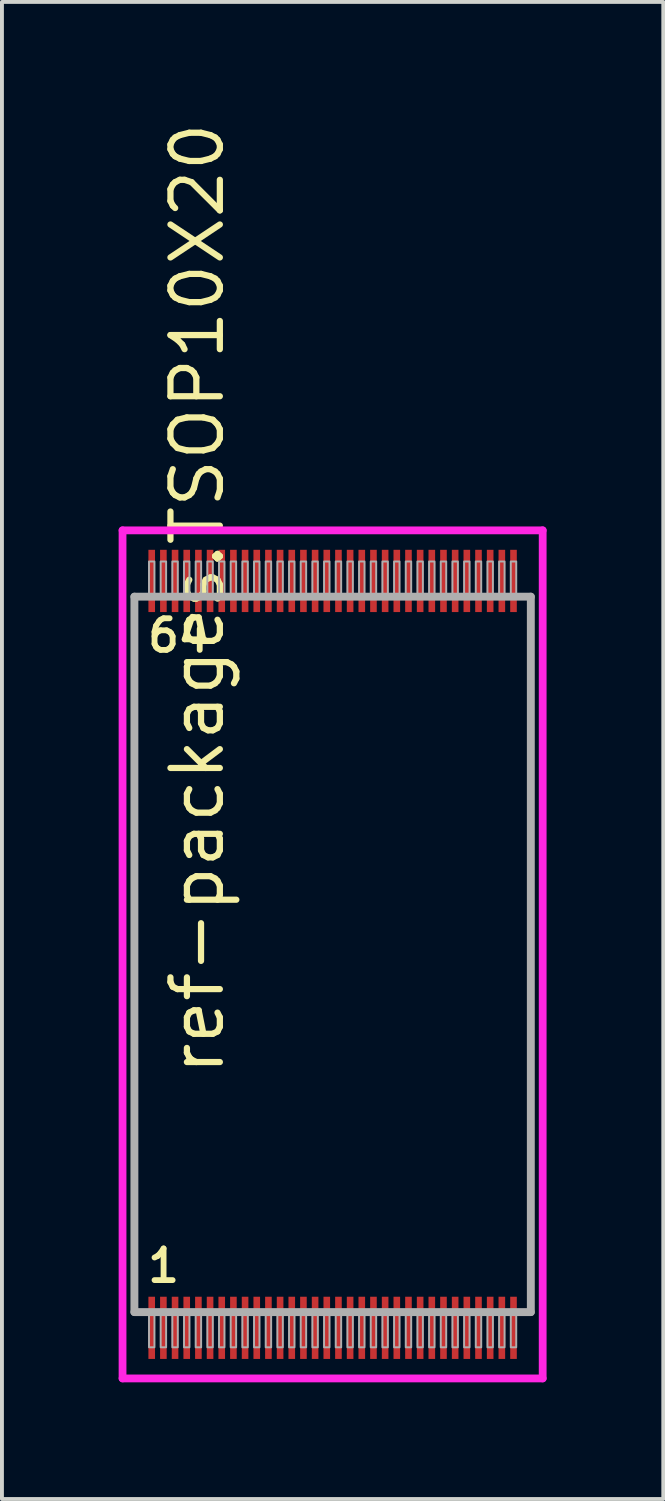
<source format=kicad_pcb>
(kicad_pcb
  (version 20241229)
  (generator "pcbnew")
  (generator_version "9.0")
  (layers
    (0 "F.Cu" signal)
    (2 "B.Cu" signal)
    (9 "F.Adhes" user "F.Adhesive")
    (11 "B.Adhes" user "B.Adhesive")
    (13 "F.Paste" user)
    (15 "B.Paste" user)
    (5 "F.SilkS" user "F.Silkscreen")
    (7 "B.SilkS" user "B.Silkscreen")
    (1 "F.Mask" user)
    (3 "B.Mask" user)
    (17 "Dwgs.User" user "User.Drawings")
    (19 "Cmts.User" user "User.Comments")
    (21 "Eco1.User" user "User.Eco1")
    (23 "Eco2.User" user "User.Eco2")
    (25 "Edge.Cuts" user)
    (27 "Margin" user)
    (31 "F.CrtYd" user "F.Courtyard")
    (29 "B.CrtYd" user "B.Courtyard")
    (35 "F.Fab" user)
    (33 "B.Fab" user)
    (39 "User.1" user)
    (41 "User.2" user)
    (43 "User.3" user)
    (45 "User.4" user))
  (footprint "ref-packages.TSOP10X20"
    (layer "F.Cu")
    (at 5.5 21.483)
    (property "Reference" "ref-packages.TSOP10X20" (at -2.735 3.175 90) (layer "F.SilkS") (effects (font (size 1.27 1.27) (thickness 0.16)) (justify left bottom)))
    (attr smd)
    (fp_line (start -5.4 -10.9) (end 5.4 -10.9) (stroke (width 0.2) (type default)) (layer "F.CrtYd"))
    (fp_line (start -5.4 10.9) (end -5.4 -10.9) (stroke (width 0.2) (type default)) (layer "F.CrtYd"))
    (fp_line (start 5.4 -10.9) (end 5.4 10.9) (stroke (width 0.2) (type default)) (layer "F.CrtYd"))
    (fp_line (start 5.4 10.9) (end -5.4 10.9) (stroke (width 0.2) (type default)) (layer "F.CrtYd"))
    (fp_line (start -5.095 -9.195) (end 5.095 -9.195) (stroke (width 0.203) (type default)) (layer "F.Fab"))
    (fp_line (start -5.095 9.195) (end -5.095 -9.195) (stroke (width 0.203) (type default)) (layer "F.Fab"))
    (fp_line (start 5.095 -9.195) (end 5.095 9.195) (stroke (width 0.203) (type default)) (layer "F.Fab"))
    (fp_line (start 5.095 9.195) (end -5.095 9.195) (stroke (width 0.203) (type default)) (layer "F.Fab"))
    (fp_rect (start -4.72 -9.25) (end -4.58 -10.1) (stroke (width 0.05) (type default)) (fill no) (layer "F.Fab"))
    (fp_rect (start -4.72 10.1) (end -4.58 9.25) (stroke (width 0.05) (type default)) (fill no) (layer "F.Fab"))
    (fp_rect (start -4.42 -9.25) (end -4.28 -10.1) (stroke (width 0.05) (type default)) (fill no) (layer "F.Fab"))
    (fp_rect (start -4.42 10.1) (end -4.28 9.25) (stroke (width 0.05) (type default)) (fill no) (layer "F.Fab"))
    (fp_rect (start -4.12 -9.25) (end -3.98 -10.1) (stroke (width 0.05) (type default)) (fill no) (layer "F.Fab"))
    (fp_rect (start -4.12 10.1) (end -3.98 9.25) (stroke (width 0.05) (type default)) (fill no) (layer "F.Fab"))
    (fp_rect (start -3.82 -9.25) (end -3.68 -10.1) (stroke (width 0.05) (type default)) (fill no) (layer "F.Fab"))
    (fp_rect (start -3.82 10.1) (end -3.68 9.25) (stroke (width 0.05) (type default)) (fill no) (layer "F.Fab"))
    (fp_rect (start -3.52 -9.25) (end -3.38 -10.1) (stroke (width 0.05) (type default)) (fill no) (layer "F.Fab"))
    (fp_rect (start -3.52 10.1) (end -3.38 9.25) (stroke (width 0.05) (type default)) (fill no) (layer "F.Fab"))
    (fp_rect (start -3.22 -9.25) (end -3.08 -10.1) (stroke (width 0.05) (type default)) (fill no) (layer "F.Fab"))
    (fp_rect (start -3.22 10.1) (end -3.08 9.25) (stroke (width 0.05) (type default)) (fill no) (layer "F.Fab"))
    (fp_rect (start -2.92 -9.25) (end -2.78 -10.1) (stroke (width 0.05) (type default)) (fill no) (layer "F.Fab"))
    (fp_rect (start -2.92 10.1) (end -2.78 9.25) (stroke (width 0.05) (type default)) (fill no) (layer "F.Fab"))
    (fp_rect (start -2.62 -9.25) (end -2.48 -10.1) (stroke (width 0.05) (type default)) (fill no) (layer "F.Fab"))
    (fp_rect (start -2.62 10.1) (end -2.48 9.25) (stroke (width 0.05) (type default)) (fill no) (layer "F.Fab"))
    (fp_rect (start -2.32 -9.25) (end -2.18 -10.1) (stroke (width 0.05) (type default)) (fill no) (layer "F.Fab"))
    (fp_rect (start -2.32 10.1) (end -2.18 9.25) (stroke (width 0.05) (type default)) (fill no) (layer "F.Fab"))
    (fp_rect (start -2.02 -9.25) (end -1.88 -10.1) (stroke (width 0.05) (type default)) (fill no) (layer "F.Fab"))
    (fp_rect (start -2.02 10.1) (end -1.88 9.25) (stroke (width 0.05) (type default)) (fill no) (layer "F.Fab"))
    (fp_rect (start -1.72 -9.25) (end -1.58 -10.1) (stroke (width 0.05) (type default)) (fill no) (layer "F.Fab"))
    (fp_rect (start -1.72 10.1) (end -1.58 9.25) (stroke (width 0.05) (type default)) (fill no) (layer "F.Fab"))
    (fp_rect (start -1.42 -9.25) (end -1.28 -10.1) (stroke (width 0.05) (type default)) (fill no) (layer "F.Fab"))
    (fp_rect (start -1.42 10.1) (end -1.28 9.25) (stroke (width 0.05) (type default)) (fill no) (layer "F.Fab"))
    (fp_rect (start -1.12 -9.25) (end -0.98 -10.1) (stroke (width 0.05) (type default)) (fill no) (layer "F.Fab"))
    (fp_rect (start -1.12 10.1) (end -0.98 9.25) (stroke (width 0.05) (type default)) (fill no) (layer "F.Fab"))
    (fp_rect (start -0.82 -9.25) (end -0.68 -10.1) (stroke (width 0.05) (type default)) (fill no) (layer "F.Fab"))
    (fp_rect (start -0.82 10.1) (end -0.68 9.25) (stroke (width 0.05) (type default)) (fill no) (layer "F.Fab"))
    (fp_rect (start -0.52 -9.25) (end -0.38 -10.1) (stroke (width 0.05) (type default)) (fill no) (layer "F.Fab"))
    (fp_rect (start -0.52 10.1) (end -0.38 9.25) (stroke (width 0.05) (type default)) (fill no) (layer "F.Fab"))
    (fp_rect (start -0.22 -9.25) (end -0.08 -10.1) (stroke (width 0.05) (type default)) (fill no) (layer "F.Fab"))
    (fp_rect (start -0.22 10.1) (end -0.08 9.25) (stroke (width 0.05) (type default)) (fill no) (layer "F.Fab"))
    (fp_rect (start 0.08 -9.25) (end 0.22 -10.1) (stroke (width 0.05) (type default)) (fill no) (layer "F.Fab"))
    (fp_rect (start 0.08 10.1) (end 0.22 9.25) (stroke (width 0.05) (type default)) (fill no) (layer "F.Fab"))
    (fp_rect (start 0.38 -9.25) (end 0.52 -10.1) (stroke (width 0.05) (type default)) (fill no) (layer "F.Fab"))
    (fp_rect (start 0.38 10.1) (end 0.52 9.25) (stroke (width 0.05) (type default)) (fill no) (layer "F.Fab"))
    (fp_rect (start 0.68 -9.25) (end 0.82 -10.1) (stroke (width 0.05) (type default)) (fill no) (layer "F.Fab"))
    (fp_rect (start 0.68 10.1) (end 0.82 9.25) (stroke (width 0.05) (type default)) (fill no) (layer "F.Fab"))
    (fp_rect (start 0.98 -9.25) (end 1.12 -10.1) (stroke (width 0.05) (type default)) (fill no) (layer "F.Fab"))
    (fp_rect (start 0.98 10.1) (end 1.12 9.25) (stroke (width 0.05) (type default)) (fill no) (layer "F.Fab"))
    (fp_rect (start 1.28 -9.25) (end 1.42 -10.1) (stroke (width 0.05) (type default)) (fill no) (layer "F.Fab"))
    (fp_rect (start 1.28 10.1) (end 1.42 9.25) (stroke (width 0.05) (type default)) (fill no) (layer "F.Fab"))
    (fp_rect (start 1.58 -9.25) (end 1.72 -10.1) (stroke (width 0.05) (type default)) (fill no) (layer "F.Fab"))
    (fp_rect (start 1.58 10.1) (end 1.72 9.25) (stroke (width 0.05) (type default)) (fill no) (layer "F.Fab"))
    (fp_rect (start 1.88 -9.25) (end 2.02 -10.1) (stroke (width 0.05) (type default)) (fill no) (layer "F.Fab"))
    (fp_rect (start 1.88 10.1) (end 2.02 9.25) (stroke (width 0.05) (type default)) (fill no) (layer "F.Fab"))
    (fp_rect (start 2.18 -9.25) (end 2.32 -10.1) (stroke (width 0.05) (type default)) (fill no) (layer "F.Fab"))
    (fp_rect (start 2.18 10.1) (end 2.32 9.25) (stroke (width 0.05) (type default)) (fill no) (layer "F.Fab"))
    (fp_rect (start 2.48 -9.25) (end 2.62 -10.1) (stroke (width 0.05) (type default)) (fill no) (layer "F.Fab"))
    (fp_rect (start 2.48 10.1) (end 2.62 9.25) (stroke (width 0.05) (type default)) (fill no) (layer "F.Fab"))
    (fp_rect (start 2.78 -9.25) (end 2.92 -10.1) (stroke (width 0.05) (type default)) (fill no) (layer "F.Fab"))
    (fp_rect (start 2.78 10.1) (end 2.92 9.25) (stroke (width 0.05) (type default)) (fill no) (layer "F.Fab"))
    (fp_rect (start 3.08 -9.25) (end 3.22 -10.1) (stroke (width 0.05) (type default)) (fill no) (layer "F.Fab"))
    (fp_rect (start 3.08 10.1) (end 3.22 9.25) (stroke (width 0.05) (type default)) (fill no) (layer "F.Fab"))
    (fp_rect (start 3.38 -9.25) (end 3.52 -10.1) (stroke (width 0.05) (type default)) (fill no) (layer "F.Fab"))
    (fp_rect (start 3.38 10.1) (end 3.52 9.25) (stroke (width 0.05) (type default)) (fill no) (layer "F.Fab"))
    (fp_rect (start 3.68 -9.25) (end 3.82 -10.1) (stroke (width 0.05) (type default)) (fill no) (layer "F.Fab"))
    (fp_rect (start 3.68 10.1) (end 3.82 9.25) (stroke (width 0.05) (type default)) (fill no) (layer "F.Fab"))
    (fp_rect (start 3.98 -9.25) (end 4.12 -10.1) (stroke (width 0.05) (type default)) (fill no) (layer "F.Fab"))
    (fp_rect (start 3.98 10.1) (end 4.12 9.25) (stroke (width 0.05) (type default)) (fill no) (layer "F.Fab"))
    (fp_rect (start 4.28 -9.25) (end 4.42 -10.1) (stroke (width 0.05) (type default)) (fill no) (layer "F.Fab"))
    (fp_rect (start 4.28 10.1) (end 4.42 9.25) (stroke (width 0.05) (type default)) (fill no) (layer "F.Fab"))
    (fp_rect (start 4.58 -9.25) (end 4.72 -10.1) (stroke (width 0.05) (type default)) (fill no) (layer "F.Fab"))
    (fp_rect (start 4.58 10.1) (end 4.72 9.25) (stroke (width 0.05) (type default)) (fill no) (layer "F.Fab"))
    (fp_text user "64" (at -4.831 -7.72 0) (layer "F.SilkS") (effects (font (size 0.813 0.813) (thickness 0.15)) (justify left bottom)))
    (fp_text user "1" (at -4.831 8.48 0) (layer "F.SilkS") (effects (font (size 0.813 0.813) (thickness 0.15)) (justify left bottom)))
    (pad "1" smd roundrect (at -4.65 9.6) (size 0.17 1.6) (layers "F.Cu" "F.Mask" "F.Paste") (roundrect_rratio 0.01))
    (pad "2" smd roundrect (at -4.35 9.6) (size 0.17 1.6) (layers "F.Cu" "F.Mask" "F.Paste") (roundrect_rratio 0.01))
    (pad "3" smd roundrect (at -4.05 9.6) (size 0.17 1.6) (layers "F.Cu" "F.Mask" "F.Paste") (roundrect_rratio 0.01))
    (pad "4" smd roundrect (at -3.75 9.6) (size 0.17 1.6) (layers "F.Cu" "F.Mask" "F.Paste") (roundrect_rratio 0.01))
    (pad "5" smd roundrect (at -3.45 9.6) (size 0.17 1.6) (layers "F.Cu" "F.Mask" "F.Paste") (roundrect_rratio 0.01))
    (pad "6" smd roundrect (at -3.15 9.6) (size 0.17 1.6) (layers "F.Cu" "F.Mask" "F.Paste") (roundrect_rratio 0.01))
    (pad "7" smd roundrect (at -2.85 9.6) (size 0.17 1.6) (layers "F.Cu" "F.Mask" "F.Paste") (roundrect_rratio 0.01))
    (pad "8" smd roundrect (at -2.55 9.6) (size 0.17 1.6) (layers "F.Cu" "F.Mask" "F.Paste") (roundrect_rratio 0.01))
    (pad "9" smd roundrect (at -2.25 9.6) (size 0.17 1.6) (layers "F.Cu" "F.Mask" "F.Paste") (roundrect_rratio 0.01))
    (pad "10" smd roundrect (at -1.95 9.6) (size 0.17 1.6) (layers "F.Cu" "F.Mask" "F.Paste") (roundrect_rratio 0.01))
    (pad "11" smd roundrect (at -1.65 9.6) (size 0.17 1.6) (layers "F.Cu" "F.Mask" "F.Paste") (roundrect_rratio 0.01))
    (pad "12" smd roundrect (at -1.35 9.6) (size 0.17 1.6) (layers "F.Cu" "F.Mask" "F.Paste") (roundrect_rratio 0.01))
    (pad "13" smd roundrect (at -1.05 9.6) (size 0.17 1.6) (layers "F.Cu" "F.Mask" "F.Paste") (roundrect_rratio 0.01))
    (pad "14" smd roundrect (at -0.75 9.6) (size 0.17 1.6) (layers "F.Cu" "F.Mask" "F.Paste") (roundrect_rratio 0.01))
    (pad "15" smd roundrect (at -0.45 9.6) (size 0.17 1.6) (layers "F.Cu" "F.Mask" "F.Paste") (roundrect_rratio 0.01))
    (pad "16" smd roundrect (at -0.15 9.6) (size 0.17 1.6) (layers "F.Cu" "F.Mask" "F.Paste") (roundrect_rratio 0.01))
    (pad "17" smd roundrect (at 0.15 9.6) (size 0.17 1.6) (layers "F.Cu" "F.Mask" "F.Paste") (roundrect_rratio 0.01))
    (pad "18" smd roundrect (at 0.45 9.6) (size 0.17 1.6) (layers "F.Cu" "F.Mask" "F.Paste") (roundrect_rratio 0.01))
    (pad "19" smd roundrect (at 0.75 9.6) (size 0.17 1.6) (layers "F.Cu" "F.Mask" "F.Paste") (roundrect_rratio 0.01))
    (pad "20" smd roundrect (at 1.05 9.6) (size 0.17 1.6) (layers "F.Cu" "F.Mask" "F.Paste") (roundrect_rratio 0.01))
    (pad "21" smd roundrect (at 1.35 9.6) (size 0.17 1.6) (layers "F.Cu" "F.Mask" "F.Paste") (roundrect_rratio 0.01))
    (pad "22" smd roundrect (at 1.65 9.6) (size 0.17 1.6) (layers "F.Cu" "F.Mask" "F.Paste") (roundrect_rratio 0.01))
    (pad "23" smd roundrect (at 1.95 9.6) (size 0.17 1.6) (layers "F.Cu" "F.Mask" "F.Paste") (roundrect_rratio 0.01))
    (pad "24" smd roundrect (at 2.25 9.6) (size 0.17 1.6) (layers "F.Cu" "F.Mask" "F.Paste") (roundrect_rratio 0.01))
    (pad "25" smd roundrect (at 2.55 9.6) (size 0.17 1.6) (layers "F.Cu" "F.Mask" "F.Paste") (roundrect_rratio 0.01))
    (pad "26" smd roundrect (at 2.85 9.6) (size 0.17 1.6) (layers "F.Cu" "F.Mask" "F.Paste") (roundrect_rratio 0.01))
    (pad "27" smd roundrect (at 3.15 9.6) (size 0.17 1.6) (layers "F.Cu" "F.Mask" "F.Paste") (roundrect_rratio 0.01))
    (pad "28" smd roundrect (at 3.45 9.6) (size 0.17 1.6) (layers "F.Cu" "F.Mask" "F.Paste") (roundrect_rratio 0.01))
    (pad "29" smd roundrect (at 3.75 9.6) (size 0.17 1.6) (layers "F.Cu" "F.Mask" "F.Paste") (roundrect_rratio 0.01))
    (pad "30" smd roundrect (at 4.05 9.6) (size 0.17 1.6) (layers "F.Cu" "F.Mask" "F.Paste") (roundrect_rratio 0.01))
    (pad "31" smd roundrect (at 4.35 9.6) (size 0.17 1.6) (layers "F.Cu" "F.Mask" "F.Paste") (roundrect_rratio 0.01))
    (pad "32" smd roundrect (at 4.65 9.6) (size 0.17 1.6) (layers "F.Cu" "F.Mask" "F.Paste") (roundrect_rratio 0.01))
    (pad "33" smd roundrect (at 4.65 -9.6) (size 0.17 1.6) (layers "F.Cu" "F.Mask" "F.Paste") (roundrect_rratio 0.01))
    (pad "34" smd roundrect (at 4.35 -9.6) (size 0.17 1.6) (layers "F.Cu" "F.Mask" "F.Paste") (roundrect_rratio 0.01))
    (pad "35" smd roundrect (at 4.05 -9.6) (size 0.17 1.6) (layers "F.Cu" "F.Mask" "F.Paste") (roundrect_rratio 0.01))
    (pad "36" smd roundrect (at 3.75 -9.6) (size 0.17 1.6) (layers "F.Cu" "F.Mask" "F.Paste") (roundrect_rratio 0.01))
    (pad "37" smd roundrect (at 3.45 -9.6) (size 0.17 1.6) (layers "F.Cu" "F.Mask" "F.Paste") (roundrect_rratio 0.01))
    (pad "38" smd roundrect (at 3.15 -9.6) (size 0.17 1.6) (layers "F.Cu" "F.Mask" "F.Paste") (roundrect_rratio 0.01))
    (pad "39" smd roundrect (at 2.85 -9.6) (size 0.17 1.6) (layers "F.Cu" "F.Mask" "F.Paste") (roundrect_rratio 0.01))
    (pad "40" smd roundrect (at 2.55 -9.6) (size 0.17 1.6) (layers "F.Cu" "F.Mask" "F.Paste") (roundrect_rratio 0.01))
    (pad "41" smd roundrect (at 2.25 -9.6) (size 0.17 1.6) (layers "F.Cu" "F.Mask" "F.Paste") (roundrect_rratio 0.01))
    (pad "42" smd roundrect (at 1.95 -9.6) (size 0.17 1.6) (layers "F.Cu" "F.Mask" "F.Paste") (roundrect_rratio 0.01))
    (pad "43" smd roundrect (at 1.65 -9.6) (size 0.17 1.6) (layers "F.Cu" "F.Mask" "F.Paste") (roundrect_rratio 0.01))
    (pad "44" smd roundrect (at 1.35 -9.6) (size 0.17 1.6) (layers "F.Cu" "F.Mask" "F.Paste") (roundrect_rratio 0.01))
    (pad "45" smd roundrect (at 1.05 -9.6) (size 0.17 1.6) (layers "F.Cu" "F.Mask" "F.Paste") (roundrect_rratio 0.01))
    (pad "46" smd roundrect (at 0.75 -9.6) (size 0.17 1.6) (layers "F.Cu" "F.Mask" "F.Paste") (roundrect_rratio 0.01))
    (pad "47" smd roundrect (at 0.45 -9.6) (size 0.17 1.6) (layers "F.Cu" "F.Mask" "F.Paste") (roundrect_rratio 0.01))
    (pad "48" smd roundrect (at 0.15 -9.6) (size 0.17 1.6) (layers "F.Cu" "F.Mask" "F.Paste") (roundrect_rratio 0.01))
    (pad "49" smd roundrect (at -0.15 -9.6) (size 0.17 1.6) (layers "F.Cu" "F.Mask" "F.Paste") (roundrect_rratio 0.01))
    (pad "50" smd roundrect (at -0.45 -9.6) (size 0.17 1.6) (layers "F.Cu" "F.Mask" "F.Paste") (roundrect_rratio 0.01))
    (pad "51" smd roundrect (at -0.75 -9.6) (size 0.17 1.6) (layers "F.Cu" "F.Mask" "F.Paste") (roundrect_rratio 0.01))
    (pad "52" smd roundrect (at -1.05 -9.6) (size 0.17 1.6) (layers "F.Cu" "F.Mask" "F.Paste") (roundrect_rratio 0.01))
    (pad "53" smd roundrect (at -1.35 -9.6) (size 0.17 1.6) (layers "F.Cu" "F.Mask" "F.Paste") (roundrect_rratio 0.01))
    (pad "54" smd roundrect (at -1.65 -9.6) (size 0.17 1.6) (layers "F.Cu" "F.Mask" "F.Paste") (roundrect_rratio 0.01))
    (pad "55" smd roundrect (at -1.95 -9.6) (size 0.17 1.6) (layers "F.Cu" "F.Mask" "F.Paste") (roundrect_rratio 0.01))
    (pad "56" smd roundrect (at -2.25 -9.6) (size 0.17 1.6) (layers "F.Cu" "F.Mask" "F.Paste") (roundrect_rratio 0.01))
    (pad "57" smd roundrect (at -2.55 -9.6) (size 0.17 1.6) (layers "F.Cu" "F.Mask" "F.Paste") (roundrect_rratio 0.01))
    (pad "58" smd roundrect (at -2.85 -9.6) (size 0.17 1.6) (layers "F.Cu" "F.Mask" "F.Paste") (roundrect_rratio 0.01))
    (pad "59" smd roundrect (at -3.15 -9.6) (size 0.17 1.6) (layers "F.Cu" "F.Mask" "F.Paste") (roundrect_rratio 0.01))
    (pad "60" smd roundrect (at -3.45 -9.6) (size 0.17 1.6) (layers "F.Cu" "F.Mask" "F.Paste") (roundrect_rratio 0.01))
    (pad "61" smd roundrect (at -3.75 -9.6) (size 0.17 1.6) (layers "F.Cu" "F.Mask" "F.Paste") (roundrect_rratio 0.01))
    (pad "62" smd roundrect (at -4.05 -9.6) (size 0.17 1.6) (layers "F.Cu" "F.Mask" "F.Paste") (roundrect_rratio 0.01))
    (pad "63" smd roundrect (at -4.35 -9.6) (size 0.17 1.6) (layers "F.Cu" "F.Mask" "F.Paste") (roundrect_rratio 0.01))
    (pad "64" smd roundrect (at -4.65 -9.6) (size 0.17 1.6) (layers "F.Cu" "F.Mask" "F.Paste") (roundrect_rratio 0.01)))
  (gr_rect
    (start -3 -3)
    (end 14 35.483)
    (stroke (width 0.1) (type default))
    (fill no)
    (layer "Edge.Cuts")))
</source>
